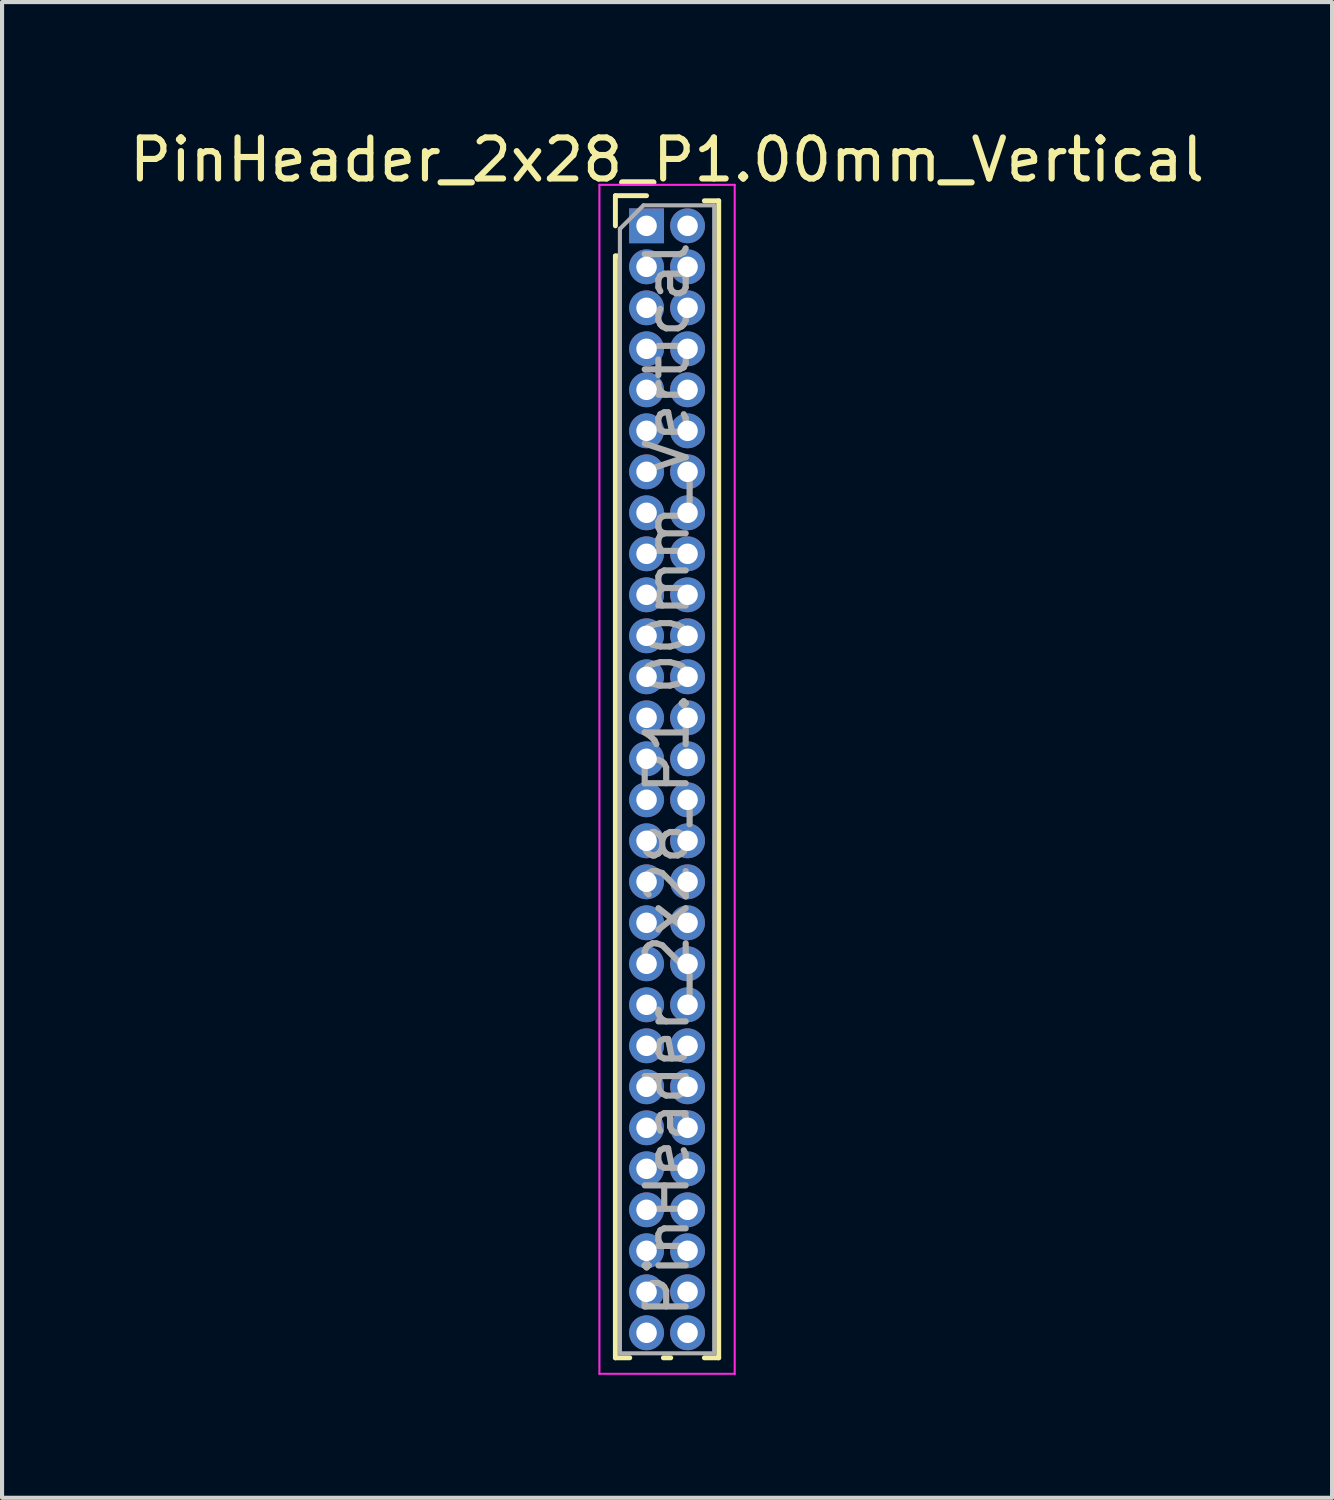
<source format=kicad_pcb>
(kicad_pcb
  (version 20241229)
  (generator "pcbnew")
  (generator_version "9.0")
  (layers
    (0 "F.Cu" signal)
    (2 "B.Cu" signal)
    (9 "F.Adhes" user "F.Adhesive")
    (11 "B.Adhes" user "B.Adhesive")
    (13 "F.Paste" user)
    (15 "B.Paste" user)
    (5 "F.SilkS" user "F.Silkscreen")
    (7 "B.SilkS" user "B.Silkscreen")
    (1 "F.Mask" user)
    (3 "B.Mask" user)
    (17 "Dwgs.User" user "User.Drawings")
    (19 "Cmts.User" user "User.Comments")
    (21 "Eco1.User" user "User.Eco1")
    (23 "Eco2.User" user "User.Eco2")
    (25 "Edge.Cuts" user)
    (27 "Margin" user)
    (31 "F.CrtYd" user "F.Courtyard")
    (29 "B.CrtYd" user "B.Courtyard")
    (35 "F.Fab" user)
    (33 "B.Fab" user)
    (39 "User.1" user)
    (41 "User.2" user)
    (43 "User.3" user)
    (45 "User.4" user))
  (footprint "PinHeader_2x28_P1.00mm_Vertical"
    (layer "F.Cu")
    (at 12.72 2.458)
    (property "Reference" "PinHeader_2x28_P1.00mm_Vertical" (at 0.5 -1.61 0) (layer "F.SilkS") (effects (font (size 1 1) (thickness 0.15))))
    (attr through_hole)
    (fp_line (start -0.76 -0.735) (end 0 -0.735) (stroke (width 0.12) (type solid)) (layer "F.SilkS"))
    (fp_line (start -0.76 0) (end -0.76 -0.735) (stroke (width 0.12) (type solid)) (layer "F.SilkS"))
    (fp_line (start -0.76 0.735) (end -0.76 27.61) (stroke (width 0.12) (type solid)) (layer "F.SilkS"))
    (fp_line (start -0.76 0.735) (end -0.686 0.735) (stroke (width 0.12) (type solid)) (layer "F.SilkS"))
    (fp_line (start -0.76 27.61) (end -0.41 27.61) (stroke (width 0.12) (type solid)) (layer "F.SilkS"))
    (fp_line (start 0.41 27.61) (end 0.59 27.61) (stroke (width 0.12) (type solid)) (layer "F.SilkS"))
    (fp_line (start 1.41 -0.61) (end 1.76 -0.61) (stroke (width 0.12) (type solid)) (layer "F.SilkS"))
    (fp_line (start 1.41 27.61) (end 1.76 27.61) (stroke (width 0.12) (type solid)) (layer "F.SilkS"))
    (fp_line (start 1.76 -0.61) (end 1.76 27.61) (stroke (width 0.12) (type solid)) (layer "F.SilkS"))
    (fp_line (start -1.15 -1) (end -1.15 28) (stroke (width 0.05) (type solid)) (layer "F.CrtYd"))
    (fp_line (start -1.15 28) (end 2.15 28) (stroke (width 0.05) (type solid)) (layer "F.CrtYd"))
    (fp_line (start 2.15 -1) (end -1.15 -1) (stroke (width 0.05) (type solid)) (layer "F.CrtYd"))
    (fp_line (start 2.15 28) (end 2.15 -1) (stroke (width 0.05) (type solid)) (layer "F.CrtYd"))
    (fp_line (start -0.65 0.075) (end -0.075 -0.5) (stroke (width 0.1) (type solid)) (layer "F.Fab"))
    (fp_line (start -0.65 27.5) (end -0.65 0.075) (stroke (width 0.1) (type solid)) (layer "F.Fab"))
    (fp_line (start -0.075 -0.5) (end 1.65 -0.5) (stroke (width 0.1) (type solid)) (layer "F.Fab"))
    (fp_line (start 1.65 -0.5) (end 1.65 27.5) (stroke (width 0.1) (type solid)) (layer "F.Fab"))
    (fp_line (start 1.65 27.5) (end -0.65 27.5) (stroke (width 0.1) (type solid)) (layer "F.Fab"))
    (fp_text user "${REFERENCE}" (at 0.5 13.5 90) (layer "F.Fab") (effects (font (size 1 1) (thickness 0.15))))
    (pad "1" thru_hole rect (at 0 0) (size 0.85 0.85) (drill 0.5) (layers "*.Cu" "*.Mask"))
    (pad "2" thru_hole circle (at 1 0) (size 0.85 0.85) (drill 0.5) (layers "*.Cu" "*.Mask"))
    (pad "3" thru_hole circle (at 0 1) (size 0.85 0.85) (drill 0.5) (layers "*.Cu" "*.Mask"))
    (pad "4" thru_hole circle (at 1 1) (size 0.85 0.85) (drill 0.5) (layers "*.Cu" "*.Mask"))
    (pad "5" thru_hole circle (at 0 2) (size 0.85 0.85) (drill 0.5) (layers "*.Cu" "*.Mask"))
    (pad "6" thru_hole circle (at 1 2) (size 0.85 0.85) (drill 0.5) (layers "*.Cu" "*.Mask"))
    (pad "7" thru_hole circle (at 0 3) (size 0.85 0.85) (drill 0.5) (layers "*.Cu" "*.Mask"))
    (pad "8" thru_hole circle (at 1 3) (size 0.85 0.85) (drill 0.5) (layers "*.Cu" "*.Mask"))
    (pad "9" thru_hole circle (at 0 4) (size 0.85 0.85) (drill 0.5) (layers "*.Cu" "*.Mask"))
    (pad "10" thru_hole circle (at 1 4) (size 0.85 0.85) (drill 0.5) (layers "*.Cu" "*.Mask"))
    (pad "11" thru_hole circle (at 0 5) (size 0.85 0.85) (drill 0.5) (layers "*.Cu" "*.Mask"))
    (pad "12" thru_hole circle (at 1 5) (size 0.85 0.85) (drill 0.5) (layers "*.Cu" "*.Mask"))
    (pad "13" thru_hole circle (at 0 6) (size 0.85 0.85) (drill 0.5) (layers "*.Cu" "*.Mask"))
    (pad "14" thru_hole circle (at 1 6) (size 0.85 0.85) (drill 0.5) (layers "*.Cu" "*.Mask"))
    (pad "15" thru_hole circle (at 0 7) (size 0.85 0.85) (drill 0.5) (layers "*.Cu" "*.Mask"))
    (pad "16" thru_hole circle (at 1 7) (size 0.85 0.85) (drill 0.5) (layers "*.Cu" "*.Mask"))
    (pad "17" thru_hole circle (at 0 8) (size 0.85 0.85) (drill 0.5) (layers "*.Cu" "*.Mask"))
    (pad "18" thru_hole circle (at 1 8) (size 0.85 0.85) (drill 0.5) (layers "*.Cu" "*.Mask"))
    (pad "19" thru_hole circle (at 0 9) (size 0.85 0.85) (drill 0.5) (layers "*.Cu" "*.Mask"))
    (pad "20" thru_hole circle (at 1 9) (size 0.85 0.85) (drill 0.5) (layers "*.Cu" "*.Mask"))
    (pad "21" thru_hole circle (at 0 10) (size 0.85 0.85) (drill 0.5) (layers "*.Cu" "*.Mask"))
    (pad "22" thru_hole circle (at 1 10) (size 0.85 0.85) (drill 0.5) (layers "*.Cu" "*.Mask"))
    (pad "23" thru_hole circle (at 0 11) (size 0.85 0.85) (drill 0.5) (layers "*.Cu" "*.Mask"))
    (pad "24" thru_hole circle (at 1 11) (size 0.85 0.85) (drill 0.5) (layers "*.Cu" "*.Mask"))
    (pad "25" thru_hole circle (at 0 12) (size 0.85 0.85) (drill 0.5) (layers "*.Cu" "*.Mask"))
    (pad "26" thru_hole circle (at 1 12) (size 0.85 0.85) (drill 0.5) (layers "*.Cu" "*.Mask"))
    (pad "27" thru_hole circle (at 0 13) (size 0.85 0.85) (drill 0.5) (layers "*.Cu" "*.Mask"))
    (pad "28" thru_hole circle (at 1 13) (size 0.85 0.85) (drill 0.5) (layers "*.Cu" "*.Mask"))
    (pad "29" thru_hole circle (at 0 14) (size 0.85 0.85) (drill 0.5) (layers "*.Cu" "*.Mask"))
    (pad "30" thru_hole circle (at 1 14) (size 0.85 0.85) (drill 0.5) (layers "*.Cu" "*.Mask"))
    (pad "31" thru_hole circle (at 0 15) (size 0.85 0.85) (drill 0.5) (layers "*.Cu" "*.Mask"))
    (pad "32" thru_hole circle (at 1 15) (size 0.85 0.85) (drill 0.5) (layers "*.Cu" "*.Mask"))
    (pad "33" thru_hole circle (at 0 16) (size 0.85 0.85) (drill 0.5) (layers "*.Cu" "*.Mask"))
    (pad "34" thru_hole circle (at 1 16) (size 0.85 0.85) (drill 0.5) (layers "*.Cu" "*.Mask"))
    (pad "35" thru_hole circle (at 0 17) (size 0.85 0.85) (drill 0.5) (layers "*.Cu" "*.Mask"))
    (pad "36" thru_hole circle (at 1 17) (size 0.85 0.85) (drill 0.5) (layers "*.Cu" "*.Mask"))
    (pad "37" thru_hole circle (at 0 18) (size 0.85 0.85) (drill 0.5) (layers "*.Cu" "*.Mask"))
    (pad "38" thru_hole circle (at 1 18) (size 0.85 0.85) (drill 0.5) (layers "*.Cu" "*.Mask"))
    (pad "39" thru_hole circle (at 0 19) (size 0.85 0.85) (drill 0.5) (layers "*.Cu" "*.Mask"))
    (pad "40" thru_hole circle (at 1 19) (size 0.85 0.85) (drill 0.5) (layers "*.Cu" "*.Mask"))
    (pad "41" thru_hole circle (at 0 20) (size 0.85 0.85) (drill 0.5) (layers "*.Cu" "*.Mask"))
    (pad "42" thru_hole circle (at 1 20) (size 0.85 0.85) (drill 0.5) (layers "*.Cu" "*.Mask"))
    (pad "43" thru_hole circle (at 0 21) (size 0.85 0.85) (drill 0.5) (layers "*.Cu" "*.Mask"))
    (pad "44" thru_hole circle (at 1 21) (size 0.85 0.85) (drill 0.5) (layers "*.Cu" "*.Mask"))
    (pad "45" thru_hole circle (at 0 22) (size 0.85 0.85) (drill 0.5) (layers "*.Cu" "*.Mask"))
    (pad "46" thru_hole circle (at 1 22) (size 0.85 0.85) (drill 0.5) (layers "*.Cu" "*.Mask"))
    (pad "47" thru_hole circle (at 0 23) (size 0.85 0.85) (drill 0.5) (layers "*.Cu" "*.Mask"))
    (pad "48" thru_hole circle (at 1 23) (size 0.85 0.85) (drill 0.5) (layers "*.Cu" "*.Mask"))
    (pad "49" thru_hole circle (at 0 24) (size 0.85 0.85) (drill 0.5) (layers "*.Cu" "*.Mask"))
    (pad "50" thru_hole circle (at 1 24) (size 0.85 0.85) (drill 0.5) (layers "*.Cu" "*.Mask"))
    (pad "51" thru_hole circle (at 0 25) (size 0.85 0.85) (drill 0.5) (layers "*.Cu" "*.Mask"))
    (pad "52" thru_hole circle (at 1 25) (size 0.85 0.85) (drill 0.5) (layers "*.Cu" "*.Mask"))
    (pad "53" thru_hole circle (at 0 26) (size 0.85 0.85) (drill 0.5) (layers "*.Cu" "*.Mask"))
    (pad "54" thru_hole circle (at 1 26) (size 0.85 0.85) (drill 0.5) (layers "*.Cu" "*.Mask"))
    (pad "55" thru_hole circle (at 0 27) (size 0.85 0.85) (drill 0.5) (layers "*.Cu" "*.Mask"))
    (pad "56" thru_hole circle (at 1 27) (size 0.85 0.85) (drill 0.5) (layers "*.Cu" "*.Mask")))
  (gr_rect
    (start -3 -3)
    (end 29.44 33.483)
    (stroke (width 0.1) (type default))
    (fill no)
    (layer "Edge.Cuts")))
</source>
